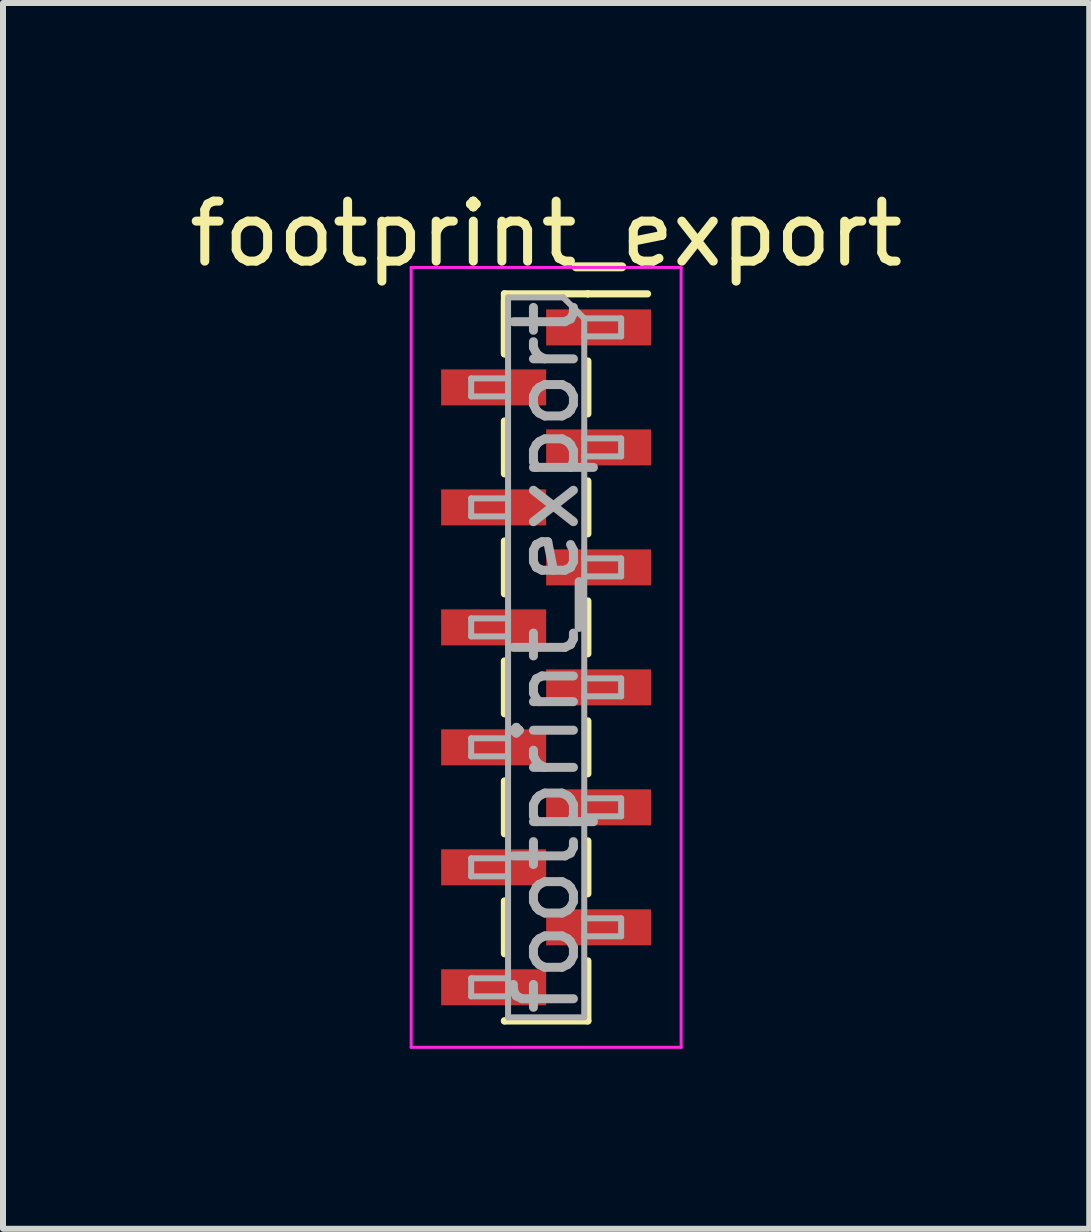
<source format=kicad_pcb>
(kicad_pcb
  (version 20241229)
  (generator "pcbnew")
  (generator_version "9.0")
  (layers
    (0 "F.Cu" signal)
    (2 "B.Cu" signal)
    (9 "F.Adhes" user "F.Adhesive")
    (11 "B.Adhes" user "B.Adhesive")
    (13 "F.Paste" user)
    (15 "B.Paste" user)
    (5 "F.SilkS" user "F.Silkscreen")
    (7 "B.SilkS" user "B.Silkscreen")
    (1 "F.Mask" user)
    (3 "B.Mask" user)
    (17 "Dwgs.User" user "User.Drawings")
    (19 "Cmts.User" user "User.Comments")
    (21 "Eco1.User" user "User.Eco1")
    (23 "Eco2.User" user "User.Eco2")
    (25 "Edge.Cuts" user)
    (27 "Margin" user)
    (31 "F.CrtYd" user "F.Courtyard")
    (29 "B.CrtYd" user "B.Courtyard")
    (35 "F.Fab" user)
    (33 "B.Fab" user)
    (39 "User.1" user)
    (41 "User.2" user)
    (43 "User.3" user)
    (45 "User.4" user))
  (footprint "footprint_export"
    (layer "F.Cu")
    (at 6.054 7.908)
    (property "Reference" "footprint_export" (at 0 -7.06 0) (layer "F.SilkS") (effects (font (size 1 1) (thickness 0.15))))
    (attr smd)
    (fp_line (start -0.695 -6.06) (end -0.695 -5.06) (stroke (width 0.12) (type solid)) (layer "F.SilkS"))
    (fp_line (start -0.695 -6.06) (end 0.695 -6.06) (stroke (width 0.12) (type solid)) (layer "F.SilkS"))
    (fp_line (start -0.695 -5.94) (end -0.695 -5.06) (stroke (width 0.12) (type solid)) (layer "F.SilkS"))
    (fp_line (start -0.695 -3.94) (end -0.695 -3.06) (stroke (width 0.12) (type solid)) (layer "F.SilkS"))
    (fp_line (start -0.695 -1.94) (end -0.695 -1.06) (stroke (width 0.12) (type solid)) (layer "F.SilkS"))
    (fp_line (start -0.695 0.06) (end -0.695 0.94) (stroke (width 0.12) (type solid)) (layer "F.SilkS"))
    (fp_line (start -0.695 2.06) (end -0.695 2.94) (stroke (width 0.12) (type solid)) (layer "F.SilkS"))
    (fp_line (start -0.695 4.06) (end -0.695 4.94) (stroke (width 0.12) (type solid)) (layer "F.SilkS"))
    (fp_line (start -0.695 6.06) (end -0.695 6.06) (stroke (width 0.12) (type solid)) (layer "F.SilkS"))
    (fp_line (start -0.695 6.06) (end 0.695 6.06) (stroke (width 0.12) (type solid)) (layer "F.SilkS"))
    (fp_line (start 0.695 -6.06) (end 0.695 -6.06) (stroke (width 0.12) (type solid)) (layer "F.SilkS"))
    (fp_line (start 0.695 -6.06) (end 1.69 -6.06) (stroke (width 0.12) (type solid)) (layer "F.SilkS"))
    (fp_line (start 0.695 -4.94) (end 0.695 -4.06) (stroke (width 0.12) (type solid)) (layer "F.SilkS"))
    (fp_line (start 0.695 -2.94) (end 0.695 -2.06) (stroke (width 0.12) (type solid)) (layer "F.SilkS"))
    (fp_line (start 0.695 -0.94) (end 0.695 -0.06) (stroke (width 0.12) (type solid)) (layer "F.SilkS"))
    (fp_line (start 0.695 1.06) (end 0.695 1.94) (stroke (width 0.12) (type solid)) (layer "F.SilkS"))
    (fp_line (start 0.695 3.06) (end 0.695 3.94) (stroke (width 0.12) (type solid)) (layer "F.SilkS"))
    (fp_line (start 0.695 5.06) (end 0.695 6.06) (stroke (width 0.12) (type solid)) (layer "F.SilkS"))
    (fp_line (start -2.25 -6.5) (end -2.25 6.5) (stroke (width 0.05) (type solid)) (layer "F.CrtYd"))
    (fp_line (start -2.25 6.5) (end 2.25 6.5) (stroke (width 0.05) (type solid)) (layer "F.CrtYd"))
    (fp_line (start 2.25 -6.5) (end -2.25 -6.5) (stroke (width 0.05) (type solid)) (layer "F.CrtYd"))
    (fp_line (start 2.25 6.5) (end 2.25 -6.5) (stroke (width 0.05) (type solid)) (layer "F.CrtYd"))
    (fp_line (start -1.25 -4.65) (end -1.25 -4.35) (stroke (width 0.1) (type solid)) (layer "F.Fab"))
    (fp_line (start -1.25 -4.35) (end -0.635 -4.35) (stroke (width 0.1) (type solid)) (layer "F.Fab"))
    (fp_line (start -1.25 -2.65) (end -1.25 -2.35) (stroke (width 0.1) (type solid)) (layer "F.Fab"))
    (fp_line (start -1.25 -2.35) (end -0.635 -2.35) (stroke (width 0.1) (type solid)) (layer "F.Fab"))
    (fp_line (start -1.25 -0.65) (end -1.25 -0.35) (stroke (width 0.1) (type solid)) (layer "F.Fab"))
    (fp_line (start -1.25 -0.35) (end -0.635 -0.35) (stroke (width 0.1) (type solid)) (layer "F.Fab"))
    (fp_line (start -1.25 1.35) (end -1.25 1.65) (stroke (width 0.1) (type solid)) (layer "F.Fab"))
    (fp_line (start -1.25 1.65) (end -0.635 1.65) (stroke (width 0.1) (type solid)) (layer "F.Fab"))
    (fp_line (start -1.25 3.35) (end -1.25 3.65) (stroke (width 0.1) (type solid)) (layer "F.Fab"))
    (fp_line (start -1.25 3.65) (end -0.635 3.65) (stroke (width 0.1) (type solid)) (layer "F.Fab"))
    (fp_line (start -1.25 5.35) (end -1.25 5.65) (stroke (width 0.1) (type solid)) (layer "F.Fab"))
    (fp_line (start -1.25 5.65) (end -0.635 5.65) (stroke (width 0.1) (type solid)) (layer "F.Fab"))
    (fp_line (start -0.635 -6) (end -0.635 6) (stroke (width 0.1) (type solid)) (layer "F.Fab"))
    (fp_line (start -0.635 -6) (end 0.285 -6) (stroke (width 0.1) (type solid)) (layer "F.Fab"))
    (fp_line (start -0.635 -4.65) (end -1.25 -4.65) (stroke (width 0.1) (type solid)) (layer "F.Fab"))
    (fp_line (start -0.635 -2.65) (end -1.25 -2.65) (stroke (width 0.1) (type solid)) (layer "F.Fab"))
    (fp_line (start -0.635 -0.65) (end -1.25 -0.65) (stroke (width 0.1) (type solid)) (layer "F.Fab"))
    (fp_line (start -0.635 1.35) (end -1.25 1.35) (stroke (width 0.1) (type solid)) (layer "F.Fab"))
    (fp_line (start -0.635 3.35) (end -1.25 3.35) (stroke (width 0.1) (type solid)) (layer "F.Fab"))
    (fp_line (start -0.635 5.35) (end -1.25 5.35) (stroke (width 0.1) (type solid)) (layer "F.Fab"))
    (fp_line (start 0.635 -5.65) (end 0.285 -6) (stroke (width 0.1) (type solid)) (layer "F.Fab"))
    (fp_line (start 0.635 -5.65) (end 1.25 -5.65) (stroke (width 0.1) (type solid)) (layer "F.Fab"))
    (fp_line (start 0.635 -3.65) (end 1.25 -3.65) (stroke (width 0.1) (type solid)) (layer "F.Fab"))
    (fp_line (start 0.635 -1.65) (end 1.25 -1.65) (stroke (width 0.1) (type solid)) (layer "F.Fab"))
    (fp_line (start 0.635 0.35) (end 1.25 0.35) (stroke (width 0.1) (type solid)) (layer "F.Fab"))
    (fp_line (start 0.635 2.35) (end 1.25 2.35) (stroke (width 0.1) (type solid)) (layer "F.Fab"))
    (fp_line (start 0.635 4.35) (end 1.25 4.35) (stroke (width 0.1) (type solid)) (layer "F.Fab"))
    (fp_line (start 0.635 6) (end -0.635 6) (stroke (width 0.1) (type solid)) (layer "F.Fab"))
    (fp_line (start 0.635 6) (end 0.635 -5.65) (stroke (width 0.1) (type solid)) (layer "F.Fab"))
    (fp_line (start 1.25 -5.65) (end 1.25 -5.35) (stroke (width 0.1) (type solid)) (layer "F.Fab"))
    (fp_line (start 1.25 -5.35) (end 0.635 -5.35) (stroke (width 0.1) (type solid)) (layer "F.Fab"))
    (fp_line (start 1.25 -3.65) (end 1.25 -3.35) (stroke (width 0.1) (type solid)) (layer "F.Fab"))
    (fp_line (start 1.25 -3.35) (end 0.635 -3.35) (stroke (width 0.1) (type solid)) (layer "F.Fab"))
    (fp_line (start 1.25 -1.65) (end 1.25 -1.35) (stroke (width 0.1) (type solid)) (layer "F.Fab"))
    (fp_line (start 1.25 -1.35) (end 0.635 -1.35) (stroke (width 0.1) (type solid)) (layer "F.Fab"))
    (fp_line (start 1.25 0.35) (end 1.25 0.65) (stroke (width 0.1) (type solid)) (layer "F.Fab"))
    (fp_line (start 1.25 0.65) (end 0.635 0.65) (stroke (width 0.1) (type solid)) (layer "F.Fab"))
    (fp_line (start 1.25 2.35) (end 1.25 2.65) (stroke (width 0.1) (type solid)) (layer "F.Fab"))
    (fp_line (start 1.25 2.65) (end 0.635 2.65) (stroke (width 0.1) (type solid)) (layer "F.Fab"))
    (fp_line (start 1.25 4.35) (end 1.25 4.65) (stroke (width 0.1) (type solid)) (layer "F.Fab"))
    (fp_line (start 1.25 4.65) (end 0.635 4.65) (stroke (width 0.1) (type solid)) (layer "F.Fab"))
    (fp_text user "${REFERENCE}" (at 0 0 90) (layer "F.Fab") (effects (font (size 1 1) (thickness 0.15))))
    (pad "1" smd rect (at 0.875 -5.5) (size 1.75 0.6) (layers "F.Cu" "F.Mask" "F.Paste"))
    (pad "2" smd rect (at -0.875 -4.5) (size 1.75 0.6) (layers "F.Cu" "F.Mask" "F.Paste"))
    (pad "3" smd rect (at 0.875 -3.5) (size 1.75 0.6) (layers "F.Cu" "F.Mask" "F.Paste"))
    (pad "4" smd rect (at -0.875 -2.5) (size 1.75 0.6) (layers "F.Cu" "F.Mask" "F.Paste"))
    (pad "5" smd rect (at 0.875 -1.5) (size 1.75 0.6) (layers "F.Cu" "F.Mask" "F.Paste"))
    (pad "6" smd rect (at -0.875 -0.5) (size 1.75 0.6) (layers "F.Cu" "F.Mask" "F.Paste"))
    (pad "7" smd rect (at 0.875 0.5) (size 1.75 0.6) (layers "F.Cu" "F.Mask" "F.Paste"))
    (pad "8" smd rect (at -0.875 1.5) (size 1.75 0.6) (layers "F.Cu" "F.Mask" "F.Paste"))
    (pad "9" smd rect (at 0.875 2.5) (size 1.75 0.6) (layers "F.Cu" "F.Mask" "F.Paste"))
    (pad "10" smd rect (at -0.875 3.5) (size 1.75 0.6) (layers "F.Cu" "F.Mask" "F.Paste"))
    (pad "11" smd rect (at 0.875 4.5) (size 1.75 0.6) (layers "F.Cu" "F.Mask" "F.Paste"))
    (pad "12" smd rect (at -0.875 5.5) (size 1.75 0.6) (layers "F.Cu" "F.Mask" "F.Paste")))
  (gr_rect
    (start -3 -3)
    (end 15.107 17.433)
    (stroke (width 0.1) (type default))
    (fill no)
    (layer "Edge.Cuts")))
</source>
